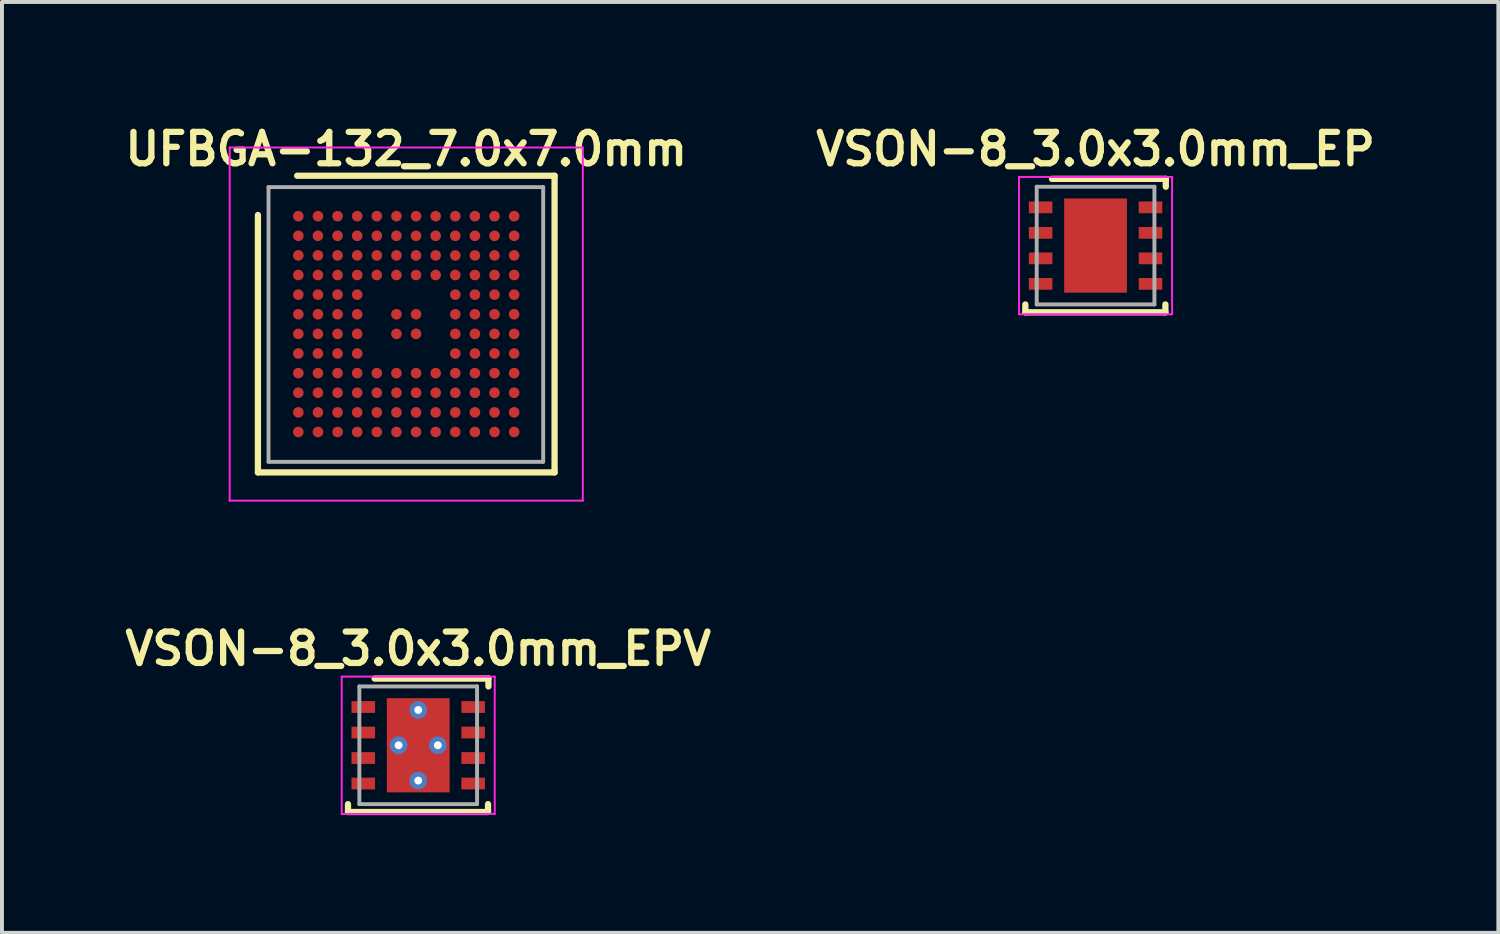
<source format=kicad_pcb>
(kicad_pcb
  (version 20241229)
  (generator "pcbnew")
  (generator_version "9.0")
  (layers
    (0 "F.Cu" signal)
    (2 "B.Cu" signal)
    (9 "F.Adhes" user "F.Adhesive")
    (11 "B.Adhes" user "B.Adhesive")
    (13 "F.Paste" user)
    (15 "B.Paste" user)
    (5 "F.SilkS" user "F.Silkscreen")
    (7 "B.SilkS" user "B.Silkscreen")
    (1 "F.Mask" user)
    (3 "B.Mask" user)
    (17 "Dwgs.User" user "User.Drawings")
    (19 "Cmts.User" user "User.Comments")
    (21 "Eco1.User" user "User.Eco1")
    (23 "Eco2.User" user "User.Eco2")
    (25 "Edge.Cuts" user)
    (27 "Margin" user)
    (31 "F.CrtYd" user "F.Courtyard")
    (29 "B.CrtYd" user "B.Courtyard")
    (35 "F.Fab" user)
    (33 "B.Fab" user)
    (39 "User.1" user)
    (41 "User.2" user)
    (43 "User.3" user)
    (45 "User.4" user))
  (footprint "VSON-8_3.0x3.0mm_EPV"
    (layer "F.Cu")
    (at 7.608 15.943)
    (property "Reference" "VSON-8_3.0x3.0mm_EPV" (at 0 -2.46 0) (layer "F.SilkS") (effects (font (size 0.8 0.8) (thickness 0.16))))
    (attr through_hole)
    (fp_line (start -1.79 1.7) (end -1.79 1.5) (stroke (width 0.16) (type solid)) (layer "F.SilkS"))
    (fp_line (start -1.11 -1.7) (end 1.79 -1.7) (stroke (width 0.16) (type solid)) (layer "F.SilkS"))
    (fp_line (start 1.78 1.7) (end -1.79 1.7) (stroke (width 0.16) (type solid)) (layer "F.SilkS"))
    (fp_line (start 1.78 1.7) (end 1.78 1.5) (stroke (width 0.16) (type solid)) (layer "F.SilkS"))
    (fp_line (start 1.79 -1.5) (end 1.79 -1.7) (stroke (width 0.16) (type solid)) (layer "F.SilkS"))
    (fp_line (start -1.95 -1.75) (end -1.95 1.75) (stroke (width 0.05) (type solid)) (layer "F.CrtYd"))
    (fp_line (start 1.95 -1.75) (end -1.95 -1.75) (stroke (width 0.05) (type solid)) (layer "F.CrtYd"))
    (fp_line (start 1.95 -1.75) (end 1.95 1.75) (stroke (width 0.05) (type solid)) (layer "F.CrtYd"))
    (fp_line (start 1.95 1.75) (end -1.95 1.75) (stroke (width 0.05) (type solid)) (layer "F.CrtYd"))
    (fp_line (start -1.5 -1.5) (end 1.5 -1.5) (stroke (width 0.1) (type solid)) (layer "F.Fab"))
    (fp_line (start -1.5 1.5) (end -1.5 -1.5) (stroke (width 0.1) (type solid)) (layer "F.Fab"))
    (fp_line (start 1.5 -1.5) (end 1.5 1.5) (stroke (width 0.1) (type solid)) (layer "F.Fab"))
    (fp_line (start 1.5 1.5) (end -1.5 1.5) (stroke (width 0.1) (type solid)) (layer "F.Fab"))
    (pad "" smd rect (at 0 -0.635) (size 1.47 1.07) (layers "F.Paste"))
    (pad "" smd rect (at 0 0.635) (size 1.47 1.07) (layers "F.Paste"))
    (pad "1" smd rect (at -1.4 -0.975) (size 0.6 0.3) (layers "F.Cu" "F.Mask" "F.Paste"))
    (pad "2" smd rect (at -1.4 -0.325) (size 0.6 0.3) (layers "F.Cu" "F.Mask" "F.Paste"))
    (pad "3" smd rect (at -1.4 0.325) (size 0.6 0.3) (layers "F.Cu" "F.Mask" "F.Paste"))
    (pad "4" smd rect (at -1.4 0.975) (size 0.6 0.3) (layers "F.Cu" "F.Mask" "F.Paste"))
    (pad "5" smd rect (at 1.4 0.975) (size 0.6 0.3) (layers "F.Cu" "F.Mask" "F.Paste"))
    (pad "6" smd rect (at 1.4 0.325) (size 0.6 0.3) (layers "F.Cu" "F.Mask" "F.Paste"))
    (pad "7" smd rect (at 1.4 -0.325) (size 0.6 0.3) (layers "F.Cu" "F.Mask" "F.Paste"))
    (pad "8" smd rect (at 1.4 -0.975) (size 0.6 0.3) (layers "F.Cu" "F.Mask" "F.Paste"))
    (pad "9" thru_hole circle (at -0.5 0) (size 0.45 0.45) (drill 0.2) (layers "*.Cu"))
    (pad "9" thru_hole circle (at 0 -0.9) (size 0.45 0.45) (drill 0.2) (layers "*.Cu"))
    (pad "9" smd rect (at 0 0) (size 1.6 2.4) (layers "F.Cu" "F.Mask"))
    (pad "9" thru_hole circle (at 0 0.9) (size 0.45 0.45) (drill 0.2) (layers "*.Cu"))
    (pad "9" thru_hole circle (at 0.5 0) (size 0.45 0.45) (drill 0.2) (layers "*.Cu")))
  (footprint "UFBGA-132_7.0x7.0mm"
    (layer "F.Cu")
    (at 7.303 5.209)
    (property "Reference" "UFBGA-132_7.0x7.0mm" (at 0 -4.46 0) (layer "F.SilkS") (effects (font (size 0.8 0.8) (thickness 0.16))))
    (attr through_hole)
    (fp_line (start -3.78 -2.78) (end -3.78 3.78) (stroke (width 0.16) (type solid)) (layer "F.SilkS"))
    (fp_line (start -3.78 3.78) (end 3.78 3.78) (stroke (width 0.16) (type solid)) (layer "F.SilkS"))
    (fp_line (start -2.78 -3.78) (end 3.78 -3.78) (stroke (width 0.16) (type solid)) (layer "F.SilkS"))
    (fp_line (start 3.78 -3.78) (end 3.78 3.78) (stroke (width 0.16) (type solid)) (layer "F.SilkS"))
    (fp_line (start -4.5 -4.5) (end -4.5 4.5) (stroke (width 0.05) (type solid)) (layer "F.CrtYd"))
    (fp_line (start -4.5 4.5) (end 4.5 4.5) (stroke (width 0.05) (type solid)) (layer "F.CrtYd"))
    (fp_line (start 4.5 -4.5) (end -4.5 -4.5) (stroke (width 0.05) (type solid)) (layer "F.CrtYd"))
    (fp_line (start 4.5 4.5) (end 4.5 -4.5) (stroke (width 0.05) (type solid)) (layer "F.CrtYd"))
    (fp_line (start -3.51 -3.49) (end 3.49 -3.49) (stroke (width 0.1) (type solid)) (layer "F.Fab"))
    (fp_line (start -3.51 3.51) (end -3.51 -3.49) (stroke (width 0.1) (type solid)) (layer "F.Fab"))
    (fp_line (start 3.49 -3.49) (end 3.49 3.51) (stroke (width 0.1) (type solid)) (layer "F.Fab"))
    (fp_line (start 3.49 3.51) (end -3.51 3.51) (stroke (width 0.1) (type solid)) (layer "F.Fab"))
    (pad "A1" smd circle (at -2.75 -2.75) (size 0.27 0.27) (layers "F.Cu" "F.Mask" "F.Paste"))
    (pad "A2" smd circle (at -2.25 -2.75) (size 0.27 0.27) (layers "F.Cu" "F.Mask" "F.Paste"))
    (pad "A3" smd circle (at -1.75 -2.75) (size 0.27 0.27) (layers "F.Cu" "F.Mask" "F.Paste"))
    (pad "A4" smd circle (at -1.25 -2.75) (size 0.27 0.27) (layers "F.Cu" "F.Mask" "F.Paste"))
    (pad "A5" smd circle (at -0.75 -2.75) (size 0.27 0.27) (layers "F.Cu" "F.Mask" "F.Paste"))
    (pad "A6" smd circle (at -0.25 -2.75) (size 0.27 0.27) (layers "F.Cu" "F.Mask" "F.Paste"))
    (pad "A7" smd circle (at 0.25 -2.75) (size 0.27 0.27) (layers "F.Cu" "F.Mask" "F.Paste"))
    (pad "A8" smd circle (at 0.75 -2.75) (size 0.27 0.27) (layers "F.Cu" "F.Mask" "F.Paste"))
    (pad "A9" smd circle (at 1.25 -2.75) (size 0.27 0.27) (layers "F.Cu" "F.Mask" "F.Paste"))
    (pad "A10" smd circle (at 1.75 -2.75) (size 0.27 0.27) (layers "F.Cu" "F.Mask" "F.Paste"))
    (pad "A11" smd circle (at 2.25 -2.75) (size 0.27 0.27) (layers "F.Cu" "F.Mask" "F.Paste"))
    (pad "A12" smd circle (at 2.75 -2.75) (size 0.27 0.27) (layers "F.Cu" "F.Mask" "F.Paste"))
    (pad "B1" smd circle (at -2.75 -2.25) (size 0.27 0.27) (layers "F.Cu" "F.Mask" "F.Paste"))
    (pad "B2" smd circle (at -2.25 -2.25) (size 0.27 0.27) (layers "F.Cu" "F.Mask" "F.Paste"))
    (pad "B3" smd circle (at -1.75 -2.25) (size 0.27 0.27) (layers "F.Cu" "F.Mask" "F.Paste"))
    (pad "B4" smd circle (at -1.25 -2.25) (size 0.27 0.27) (layers "F.Cu" "F.Mask" "F.Paste"))
    (pad "B5" smd circle (at -0.75 -2.25) (size 0.27 0.27) (layers "F.Cu" "F.Mask" "F.Paste"))
    (pad "B6" smd circle (at -0.25 -2.25) (size 0.27 0.27) (layers "F.Cu" "F.Mask" "F.Paste"))
    (pad "B7" smd circle (at 0.25 -2.25) (size 0.27 0.27) (layers "F.Cu" "F.Mask" "F.Paste"))
    (pad "B8" smd circle (at 0.75 -2.25) (size 0.27 0.27) (layers "F.Cu" "F.Mask" "F.Paste"))
    (pad "B9" smd circle (at 1.25 -2.25) (size 0.27 0.27) (layers "F.Cu" "F.Mask" "F.Paste"))
    (pad "B10" smd circle (at 1.75 -2.25) (size 0.27 0.27) (layers "F.Cu" "F.Mask" "F.Paste"))
    (pad "B11" smd circle (at 2.25 -2.25) (size 0.27 0.27) (layers "F.Cu" "F.Mask" "F.Paste"))
    (pad "B12" smd circle (at 2.75 -2.25) (size 0.27 0.27) (layers "F.Cu" "F.Mask" "F.Paste"))
    (pad "C1" smd circle (at -2.75 -1.75) (size 0.27 0.27) (layers "F.Cu" "F.Mask" "F.Paste"))
    (pad "C2" smd circle (at -2.25 -1.75) (size 0.27 0.27) (layers "F.Cu" "F.Mask" "F.Paste"))
    (pad "C3" smd circle (at -1.75 -1.75) (size 0.27 0.27) (layers "F.Cu" "F.Mask" "F.Paste"))
    (pad "C4" smd circle (at -1.25 -1.75) (size 0.27 0.27) (layers "F.Cu" "F.Mask" "F.Paste"))
    (pad "C5" smd circle (at -0.75 -1.75) (size 0.27 0.27) (layers "F.Cu" "F.Mask" "F.Paste"))
    (pad "C6" smd circle (at -0.25 -1.75) (size 0.27 0.27) (layers "F.Cu" "F.Mask" "F.Paste"))
    (pad "C7" smd circle (at 0.25 -1.75) (size 0.27 0.27) (layers "F.Cu" "F.Mask" "F.Paste"))
    (pad "C8" smd circle (at 0.75 -1.75) (size 0.27 0.27) (layers "F.Cu" "F.Mask" "F.Paste"))
    (pad "C9" smd circle (at 1.25 -1.75) (size 0.27 0.27) (layers "F.Cu" "F.Mask" "F.Paste"))
    (pad "C10" smd circle (at 1.75 -1.75) (size 0.27 0.27) (layers "F.Cu" "F.Mask" "F.Paste"))
    (pad "C11" smd circle (at 2.25 -1.75) (size 0.27 0.27) (layers "F.Cu" "F.Mask" "F.Paste"))
    (pad "C12" smd circle (at 2.75 -1.75) (size 0.27 0.27) (layers "F.Cu" "F.Mask" "F.Paste"))
    (pad "D1" smd circle (at -2.75 -1.25) (size 0.27 0.27) (layers "F.Cu" "F.Mask" "F.Paste"))
    (pad "D2" smd circle (at -2.25 -1.25) (size 0.27 0.27) (layers "F.Cu" "F.Mask" "F.Paste"))
    (pad "D3" smd circle (at -1.75 -1.25) (size 0.27 0.27) (layers "F.Cu" "F.Mask" "F.Paste"))
    (pad "D4" smd circle (at -1.25 -1.25) (size 0.27 0.27) (layers "F.Cu" "F.Mask" "F.Paste"))
    (pad "D5" smd circle (at -0.75 -1.25) (size 0.27 0.27) (layers "F.Cu" "F.Mask" "F.Paste"))
    (pad "D6" smd circle (at -0.25 -1.25) (size 0.27 0.27) (layers "F.Cu" "F.Mask" "F.Paste"))
    (pad "D7" smd circle (at 0.25 -1.25) (size 0.27 0.27) (layers "F.Cu" "F.Mask" "F.Paste"))
    (pad "D8" smd circle (at 0.75 -1.25) (size 0.27 0.27) (layers "F.Cu" "F.Mask" "F.Paste"))
    (pad "D9" smd circle (at 1.25 -1.25) (size 0.27 0.27) (layers "F.Cu" "F.Mask" "F.Paste"))
    (pad "D10" smd circle (at 1.75 -1.25) (size 0.27 0.27) (layers "F.Cu" "F.Mask" "F.Paste"))
    (pad "D11" smd circle (at 2.25 -1.25) (size 0.27 0.27) (layers "F.Cu" "F.Mask" "F.Paste"))
    (pad "D12" smd circle (at 2.75 -1.25) (size 0.27 0.27) (layers "F.Cu" "F.Mask" "F.Paste"))
    (pad "E1" smd circle (at -2.75 -0.75) (size 0.27 0.27) (layers "F.Cu" "F.Mask" "F.Paste"))
    (pad "E2" smd circle (at -2.25 -0.75) (size 0.27 0.27) (layers "F.Cu" "F.Mask" "F.Paste"))
    (pad "E3" smd circle (at -1.75 -0.75) (size 0.27 0.27) (layers "F.Cu" "F.Mask" "F.Paste"))
    (pad "E4" smd circle (at -1.25 -0.75) (size 0.27 0.27) (layers "F.Cu" "F.Mask" "F.Paste"))
    (pad "E9" smd circle (at 1.25 -0.75) (size 0.27 0.27) (layers "F.Cu" "F.Mask" "F.Paste"))
    (pad "E10" smd circle (at 1.75 -0.75) (size 0.27 0.27) (layers "F.Cu" "F.Mask" "F.Paste"))
    (pad "E11" smd circle (at 2.25 -0.75) (size 0.27 0.27) (layers "F.Cu" "F.Mask" "F.Paste"))
    (pad "E12" smd circle (at 2.75 -0.75) (size 0.27 0.27) (layers "F.Cu" "F.Mask" "F.Paste"))
    (pad "F1" smd circle (at -2.75 -0.25) (size 0.27 0.27) (layers "F.Cu" "F.Mask" "F.Paste"))
    (pad "F2" smd circle (at -2.25 -0.25) (size 0.27 0.27) (layers "F.Cu" "F.Mask" "F.Paste"))
    (pad "F3" smd circle (at -1.75 -0.25) (size 0.27 0.27) (layers "F.Cu" "F.Mask" "F.Paste"))
    (pad "F4" smd circle (at -1.25 -0.25) (size 0.27 0.27) (layers "F.Cu" "F.Mask" "F.Paste"))
    (pad "F6" smd circle (at -0.25 -0.25) (size 0.27 0.27) (layers "F.Cu" "F.Mask" "F.Paste"))
    (pad "F7" smd circle (at 0.25 -0.25) (size 0.27 0.27) (layers "F.Cu" "F.Mask" "F.Paste"))
    (pad "F9" smd circle (at 1.25 -0.25) (size 0.27 0.27) (layers "F.Cu" "F.Mask" "F.Paste"))
    (pad "F10" smd circle (at 1.75 -0.25) (size 0.27 0.27) (layers "F.Cu" "F.Mask" "F.Paste"))
    (pad "F11" smd circle (at 2.25 -0.25) (size 0.27 0.27) (layers "F.Cu" "F.Mask" "F.Paste"))
    (pad "F12" smd circle (at 2.75 -0.25) (size 0.27 0.27) (layers "F.Cu" "F.Mask" "F.Paste"))
    (pad "G1" smd circle (at -2.75 0.25) (size 0.27 0.27) (layers "F.Cu" "F.Mask" "F.Paste"))
    (pad "G2" smd circle (at -2.25 0.25) (size 0.27 0.27) (layers "F.Cu" "F.Mask" "F.Paste"))
    (pad "G3" smd circle (at -1.75 0.25) (size 0.27 0.27) (layers "F.Cu" "F.Mask" "F.Paste"))
    (pad "G4" smd circle (at -1.25 0.25) (size 0.27 0.27) (layers "F.Cu" "F.Mask" "F.Paste"))
    (pad "G6" smd circle (at -0.25 0.25) (size 0.27 0.27) (layers "F.Cu" "F.Mask" "F.Paste"))
    (pad "G7" smd circle (at 0.25 0.25) (size 0.27 0.27) (layers "F.Cu" "F.Mask" "F.Paste"))
    (pad "G9" smd circle (at 1.25 0.25) (size 0.27 0.27) (layers "F.Cu" "F.Mask" "F.Paste"))
    (pad "G10" smd circle (at 1.75 0.25) (size 0.27 0.27) (layers "F.Cu" "F.Mask" "F.Paste"))
    (pad "G11" smd circle (at 2.25 0.25) (size 0.27 0.27) (layers "F.Cu" "F.Mask" "F.Paste"))
    (pad "G12" smd circle (at 2.75 0.25) (size 0.27 0.27) (layers "F.Cu" "F.Mask" "F.Paste"))
    (pad "H1" smd circle (at -2.75 0.75) (size 0.27 0.27) (layers "F.Cu" "F.Mask" "F.Paste"))
    (pad "H2" smd circle (at -2.25 0.75) (size 0.27 0.27) (layers "F.Cu" "F.Mask" "F.Paste"))
    (pad "H3" smd circle (at -1.75 0.75) (size 0.27 0.27) (layers "F.Cu" "F.Mask" "F.Paste"))
    (pad "H4" smd circle (at -1.25 0.75) (size 0.27 0.27) (layers "F.Cu" "F.Mask" "F.Paste"))
    (pad "H9" smd circle (at 1.25 0.75) (size 0.27 0.27) (layers "F.Cu" "F.Mask" "F.Paste"))
    (pad "H10" smd circle (at 1.75 0.75) (size 0.27 0.27) (layers "F.Cu" "F.Mask" "F.Paste"))
    (pad "H11" smd circle (at 2.25 0.75) (size 0.27 0.27) (layers "F.Cu" "F.Mask" "F.Paste"))
    (pad "H12" smd circle (at 2.75 0.75) (size 0.27 0.27) (layers "F.Cu" "F.Mask" "F.Paste"))
    (pad "J1" smd circle (at -2.75 1.25) (size 0.27 0.27) (layers "F.Cu" "F.Mask" "F.Paste"))
    (pad "J2" smd circle (at -2.25 1.25) (size 0.27 0.27) (layers "F.Cu" "F.Mask" "F.Paste"))
    (pad "J3" smd circle (at -1.75 1.25) (size 0.27 0.27) (layers "F.Cu" "F.Mask" "F.Paste"))
    (pad "J4" smd circle (at -1.25 1.25) (size 0.27 0.27) (layers "F.Cu" "F.Mask" "F.Paste"))
    (pad "J5" smd circle (at -0.75 1.25) (size 0.27 0.27) (layers "F.Cu" "F.Mask" "F.Paste"))
    (pad "J6" smd circle (at -0.25 1.25) (size 0.27 0.27) (layers "F.Cu" "F.Mask" "F.Paste"))
    (pad "J7" smd circle (at 0.25 1.25) (size 0.27 0.27) (layers "F.Cu" "F.Mask" "F.Paste"))
    (pad "J8" smd circle (at 0.75 1.25) (size 0.27 0.27) (layers "F.Cu" "F.Mask" "F.Paste"))
    (pad "J9" smd circle (at 1.25 1.25) (size 0.27 0.27) (layers "F.Cu" "F.Mask" "F.Paste"))
    (pad "J10" smd circle (at 1.75 1.25) (size 0.27 0.27) (layers "F.Cu" "F.Mask" "F.Paste"))
    (pad "J11" smd circle (at 2.25 1.25) (size 0.27 0.27) (layers "F.Cu" "F.Mask" "F.Paste"))
    (pad "J12" smd circle (at 2.75 1.25) (size 0.27 0.27) (layers "F.Cu" "F.Mask" "F.Paste"))
    (pad "K1" smd circle (at -2.75 1.75) (size 0.27 0.27) (layers "F.Cu" "F.Mask" "F.Paste"))
    (pad "K2" smd circle (at -2.25 1.75) (size 0.27 0.27) (layers "F.Cu" "F.Mask" "F.Paste"))
    (pad "K3" smd circle (at -1.75 1.75) (size 0.27 0.27) (layers "F.Cu" "F.Mask" "F.Paste"))
    (pad "K4" smd circle (at -1.25 1.75) (size 0.27 0.27) (layers "F.Cu" "F.Mask" "F.Paste"))
    (pad "K5" smd circle (at -0.75 1.75) (size 0.27 0.27) (layers "F.Cu" "F.Mask" "F.Paste"))
    (pad "K6" smd circle (at -0.25 1.75) (size 0.27 0.27) (layers "F.Cu" "F.Mask" "F.Paste"))
    (pad "K7" smd circle (at 0.25 1.75) (size 0.27 0.27) (layers "F.Cu" "F.Mask" "F.Paste"))
    (pad "K8" smd circle (at 0.75 1.75) (size 0.27 0.27) (layers "F.Cu" "F.Mask" "F.Paste"))
    (pad "K9" smd circle (at 1.25 1.75) (size 0.27 0.27) (layers "F.Cu" "F.Mask" "F.Paste"))
    (pad "K10" smd circle (at 1.75 1.75) (size 0.27 0.27) (layers "F.Cu" "F.Mask" "F.Paste"))
    (pad "K11" smd circle (at 2.25 1.75) (size 0.27 0.27) (layers "F.Cu" "F.Mask" "F.Paste"))
    (pad "K12" smd circle (at 2.75 1.75) (size 0.27 0.27) (layers "F.Cu" "F.Mask" "F.Paste"))
    (pad "L1" smd circle (at -2.75 2.25) (size 0.27 0.27) (layers "F.Cu" "F.Mask" "F.Paste"))
    (pad "L2" smd circle (at -2.25 2.25) (size 0.27 0.27) (layers "F.Cu" "F.Mask" "F.Paste"))
    (pad "L3" smd circle (at -1.75 2.25) (size 0.27 0.27) (layers "F.Cu" "F.Mask" "F.Paste"))
    (pad "L4" smd circle (at -1.25 2.25) (size 0.27 0.27) (layers "F.Cu" "F.Mask" "F.Paste"))
    (pad "L5" smd circle (at -0.75 2.25) (size 0.27 0.27) (layers "F.Cu" "F.Mask" "F.Paste"))
    (pad "L6" smd circle (at -0.25 2.25) (size 0.27 0.27) (layers "F.Cu" "F.Mask" "F.Paste"))
    (pad "L7" smd circle (at 0.25 2.25) (size 0.27 0.27) (layers "F.Cu" "F.Mask" "F.Paste"))
    (pad "L8" smd circle (at 0.75 2.25) (size 0.27 0.27) (layers "F.Cu" "F.Mask" "F.Paste"))
    (pad "L9" smd circle (at 1.25 2.25) (size 0.27 0.27) (layers "F.Cu" "F.Mask" "F.Paste"))
    (pad "L10" smd circle (at 1.75 2.25) (size 0.27 0.27) (layers "F.Cu" "F.Mask" "F.Paste"))
    (pad "L11" smd circle (at 2.25 2.25) (size 0.27 0.27) (layers "F.Cu" "F.Mask" "F.Paste"))
    (pad "L12" smd circle (at 2.75 2.25) (size 0.27 0.27) (layers "F.Cu" "F.Mask" "F.Paste"))
    (pad "M1" smd circle (at -2.75 2.75) (size 0.27 0.27) (layers "F.Cu" "F.Mask" "F.Paste"))
    (pad "M2" smd circle (at -2.25 2.75) (size 0.27 0.27) (layers "F.Cu" "F.Mask" "F.Paste"))
    (pad "M3" smd circle (at -1.75 2.75) (size 0.27 0.27) (layers "F.Cu" "F.Mask" "F.Paste"))
    (pad "M4" smd circle (at -1.25 2.75) (size 0.27 0.27) (layers "F.Cu" "F.Mask" "F.Paste"))
    (pad "M5" smd circle (at -0.75 2.75) (size 0.27 0.27) (layers "F.Cu" "F.Mask" "F.Paste"))
    (pad "M6" smd circle (at -0.25 2.75) (size 0.27 0.27) (layers "F.Cu" "F.Mask" "F.Paste"))
    (pad "M7" smd circle (at 0.25 2.75) (size 0.27 0.27) (layers "F.Cu" "F.Mask" "F.Paste"))
    (pad "M8" smd circle (at 0.75 2.75) (size 0.27 0.27) (layers "F.Cu" "F.Mask" "F.Paste"))
    (pad "M9" smd circle (at 1.25 2.75) (size 0.27 0.27) (layers "F.Cu" "F.Mask" "F.Paste"))
    (pad "M10" smd circle (at 1.75 2.75) (size 0.27 0.27) (layers "F.Cu" "F.Mask" "F.Paste"))
    (pad "M11" smd circle (at 2.25 2.75) (size 0.27 0.27) (layers "F.Cu" "F.Mask" "F.Paste"))
    (pad "M12" smd circle (at 2.75 2.75) (size 0.27 0.27) (layers "F.Cu" "F.Mask" "F.Paste")))
  (footprint "VSON-8_3.0x3.0mm_EP"
    (layer "F.Cu")
    (at 24.87 3.209)
    (property "Reference" "VSON-8_3.0x3.0mm_EP" (at 0 -2.46 0) (layer "F.SilkS") (effects (font (size 0.8 0.8) (thickness 0.16))))
    (attr through_hole)
    (fp_line (start -1.79 1.7) (end -1.79 1.5) (stroke (width 0.16) (type solid)) (layer "F.SilkS"))
    (fp_line (start -1.11 -1.7) (end 1.79 -1.7) (stroke (width 0.16) (type solid)) (layer "F.SilkS"))
    (fp_line (start 1.78 1.7) (end -1.79 1.7) (stroke (width 0.16) (type solid)) (layer "F.SilkS"))
    (fp_line (start 1.78 1.7) (end 1.78 1.5) (stroke (width 0.16) (type solid)) (layer "F.SilkS"))
    (fp_line (start 1.79 -1.5) (end 1.79 -1.7) (stroke (width 0.16) (type solid)) (layer "F.SilkS"))
    (fp_line (start -1.95 -1.75) (end -1.95 1.75) (stroke (width 0.05) (type solid)) (layer "F.CrtYd"))
    (fp_line (start 1.95 -1.75) (end -1.95 -1.75) (stroke (width 0.05) (type solid)) (layer "F.CrtYd"))
    (fp_line (start 1.95 -1.75) (end 1.95 1.75) (stroke (width 0.05) (type solid)) (layer "F.CrtYd"))
    (fp_line (start 1.95 1.75) (end -1.95 1.75) (stroke (width 0.05) (type solid)) (layer "F.CrtYd"))
    (fp_line (start -1.5 -1.5) (end 1.5 -1.5) (stroke (width 0.1) (type solid)) (layer "F.Fab"))
    (fp_line (start -1.5 1.5) (end -1.5 -1.5) (stroke (width 0.1) (type solid)) (layer "F.Fab"))
    (fp_line (start 1.5 -1.5) (end 1.5 1.5) (stroke (width 0.1) (type solid)) (layer "F.Fab"))
    (fp_line (start 1.5 1.5) (end -1.5 1.5) (stroke (width 0.1) (type solid)) (layer "F.Fab"))
    (pad "" smd rect (at 0 -0.635) (size 1.47 1.07) (layers "F.Paste"))
    (pad "" smd rect (at 0 0.635) (size 1.47 1.07) (layers "F.Paste"))
    (pad "1" smd rect (at -1.4 -0.975) (size 0.6 0.3) (layers "F.Cu" "F.Mask" "F.Paste"))
    (pad "2" smd rect (at -1.4 -0.325) (size 0.6 0.3) (layers "F.Cu" "F.Mask" "F.Paste"))
    (pad "3" smd rect (at -1.4 0.325) (size 0.6 0.3) (layers "F.Cu" "F.Mask" "F.Paste"))
    (pad "4" smd rect (at -1.4 0.975) (size 0.6 0.3) (layers "F.Cu" "F.Mask" "F.Paste"))
    (pad "5" smd rect (at 1.4 0.975) (size 0.6 0.3) (layers "F.Cu" "F.Mask" "F.Paste"))
    (pad "6" smd rect (at 1.4 0.325) (size 0.6 0.3) (layers "F.Cu" "F.Mask" "F.Paste"))
    (pad "7" smd rect (at 1.4 -0.325) (size 0.6 0.3) (layers "F.Cu" "F.Mask" "F.Paste"))
    (pad "8" smd rect (at 1.4 -0.975) (size 0.6 0.3) (layers "F.Cu" "F.Mask" "F.Paste"))
    (pad "9" smd rect (at 0 0) (size 1.6 2.4) (layers "F.Cu" "F.Mask")))
  (gr_rect
    (start -3 -3)
    (end 35.135 20.723)
    (stroke (width 0.1) (type default))
    (fill no)
    (layer "Edge.Cuts")))
</source>
